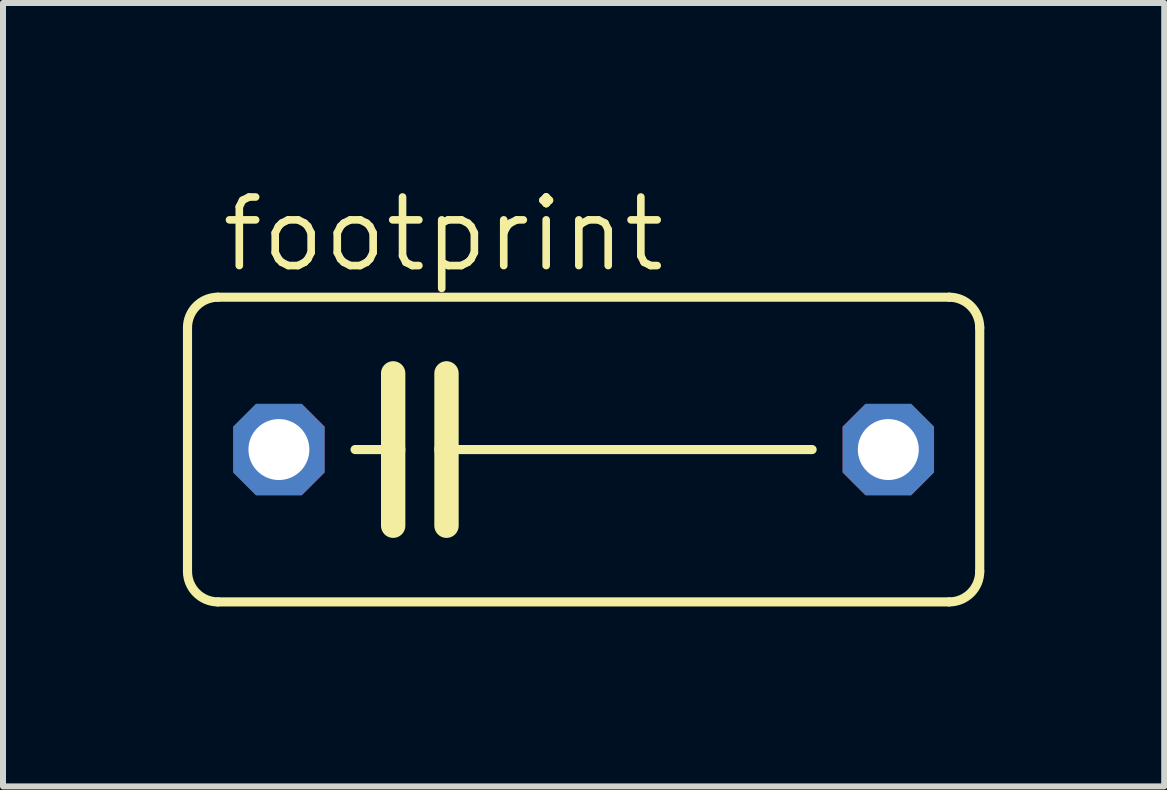
<source format=kicad_pcb>
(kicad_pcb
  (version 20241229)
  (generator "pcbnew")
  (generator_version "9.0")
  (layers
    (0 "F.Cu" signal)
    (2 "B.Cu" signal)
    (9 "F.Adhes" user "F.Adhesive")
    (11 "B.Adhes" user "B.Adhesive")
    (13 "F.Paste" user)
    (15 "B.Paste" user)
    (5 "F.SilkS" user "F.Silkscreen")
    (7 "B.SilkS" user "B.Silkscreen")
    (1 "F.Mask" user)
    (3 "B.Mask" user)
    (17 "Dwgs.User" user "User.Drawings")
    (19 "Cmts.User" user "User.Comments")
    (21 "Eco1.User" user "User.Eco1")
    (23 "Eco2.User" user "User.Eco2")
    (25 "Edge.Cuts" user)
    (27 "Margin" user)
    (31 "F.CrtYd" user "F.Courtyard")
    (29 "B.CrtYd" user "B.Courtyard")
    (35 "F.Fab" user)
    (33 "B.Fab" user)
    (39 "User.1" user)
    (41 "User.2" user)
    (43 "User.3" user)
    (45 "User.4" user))
  (footprint "footprint"
    (layer "F.Cu")
    (at 6.68 4.445)
    (property "Reference" "footprint" (at -6.096 -2.921 0) (layer "F.SilkS") (effects (font (size 1.143 1.143) (thickness 0.127)) (justify left bottom)))
    (fp_line (start -6.604 2.032) (end -6.604 -2.032) (stroke (width 0.152) (type solid)) (layer "F.SilkS"))
    (fp_line (start -6.096 -2.54) (end 6.096 -2.54) (stroke (width 0.152) (type solid)) (layer "F.SilkS"))
    (fp_line (start -3.81 0) (end -3.175 0) (stroke (width 0.152) (type solid)) (layer "F.SilkS"))
    (fp_line (start -3.175 -1.27) (end -3.175 0) (stroke (width 0.406) (type solid)) (layer "F.SilkS"))
    (fp_line (start -3.175 0) (end -3.175 1.27) (stroke (width 0.406) (type solid)) (layer "F.SilkS"))
    (fp_line (start -2.286 -1.27) (end -2.286 0) (stroke (width 0.406) (type solid)) (layer "F.SilkS"))
    (fp_line (start -2.286 0) (end -2.286 1.27) (stroke (width 0.406) (type solid)) (layer "F.SilkS"))
    (fp_line (start 3.81 0) (end -2.286 0) (stroke (width 0.152) (type solid)) (layer "F.SilkS"))
    (fp_line (start 6.096 2.54) (end -6.096 2.54) (stroke (width 0.152) (type solid)) (layer "F.SilkS"))
    (fp_line (start 6.604 -2.032) (end 6.604 2.032) (stroke (width 0.152) (type solid)) (layer "F.SilkS"))
    (fp_arc (start -6.604 -2.032) (mid -6.45521 -2.39121) (end -6.096 -2.54) (stroke (width 0.1524) (type solid)) (layer "F.SilkS"))
    (fp_arc (start -6.096 2.54) (mid -6.45521 2.39121) (end -6.604 2.032) (stroke (width 0.1524) (type solid)) (layer "F.SilkS"))
    (fp_arc (start 6.096 -2.54) (mid 6.45521 -2.39121) (end 6.604 -2.032) (stroke (width 0.1524) (type solid)) (layer "F.SilkS"))
    (fp_arc (start 6.604 2.032) (mid 6.45521 2.39121) (end 6.096 2.54) (stroke (width 0.1524) (type solid)) (layer "F.SilkS"))
    (pad "1" thru_hole roundrect (at -5.08 0) (size 1.524 1.524) (drill 1.016) (layers "*.Cu" "*.Mask") (roundrect_rratio 0.25) (chamfer_ratio 0.25) (chamfer top_left top_right bottom_left bottom_right))
    (pad "2" thru_hole roundrect (at 5.08 0) (size 1.524 1.524) (drill 1.016) (layers "*.Cu" "*.Mask") (roundrect_rratio 0.25) (chamfer_ratio 0.25) (chamfer top_left top_right bottom_left bottom_right)))
  (gr_rect
    (start -3 -3)
    (end 16.36 10.061)
    (stroke (width 0.1) (type default))
    (fill no)
    (layer "Edge.Cuts")))
</source>
